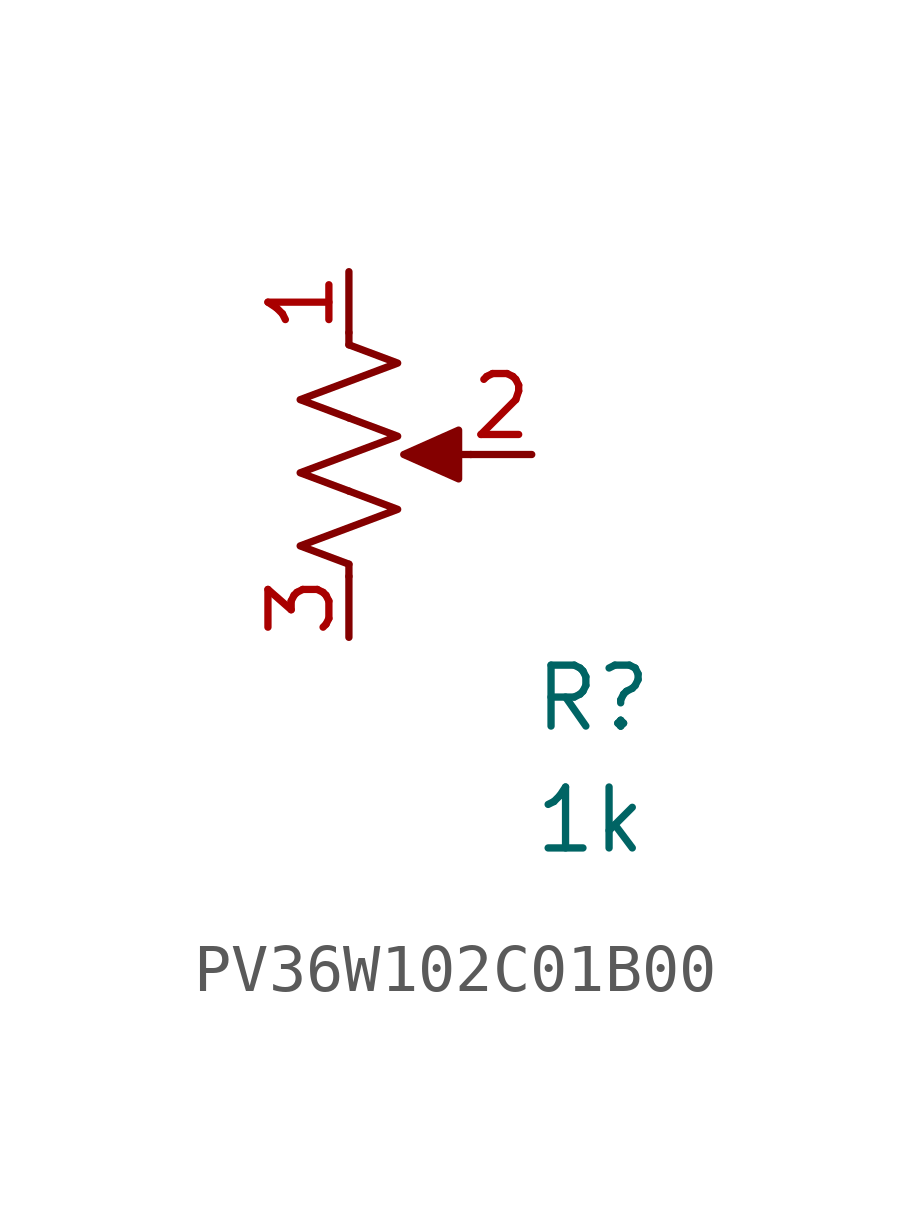
<source format=kicad_sym>
(kicad_symbol_lib
  (version 20231120)
  (generator "kicad_symbol_editor")
  (generator_version "8.0")
  (symbol "PV36W102C01B00"
    (pin_names
      (offset 1.016))
    (property "Reference" "R"
      (at 3.81 -5.08 0)
      (effects (font (size 1.27 1.27)) (justify left)))
    (property "Value" "1k"
      (at 3.81 -7.62 0)
      (effects (font (size 1.27 1.27)) (justify left)))
    (symbol "PV36W102C01B00_1_1"
      (polyline (pts (xy 0 -2.286) (xy 0 -2.54)) (stroke (width 0) (type default)) (fill (type none)))
      (polyline (pts (xy 0 2.54) (xy 0 2.286)) (stroke (width 0) (type default)) (fill (type none)))
      (polyline (pts (xy 2.54 0) (xy 1.524 0)) (stroke (width 0) (type default)) (fill (type none)))
      (polyline (pts (xy 1.143 0) (xy 2.286 0.508) (xy 2.286 -0.508) (xy 1.143 0)) (stroke (width 0) (type default)) (fill (type outline)))
      (polyline (pts (xy 0 -0.762) (xy 1.016 -1.143) (xy 0 -1.524) (xy -1.016 -1.905) (xy 0 -2.286)) (stroke (width 0) (type default)) (fill (type none)))
      (polyline (pts (xy 0 0.762) (xy 1.016 0.381) (xy 0 0) (xy -1.016 -0.381) (xy 0 -0.762)) (stroke (width 0) (type default)) (fill (type none)))
      (polyline (pts (xy 0 2.286) (xy 1.016 1.905) (xy 0 1.524) (xy -1.016 1.143) (xy 0 0.762)) (stroke (width 0) (type default)) (fill (type none)))
      (pin passive line (at 0 3.81 270) (length 1.27) (name "~" (effects (font (size 1.27 1.27)))) (number "1" (effects (font (size 1.27 1.27)))))
      (pin passive line (at 3.81 0 180) (length 1.27) (name "~" (effects (font (size 1.27 1.27)))) (number "2" (effects (font (size 1.27 1.27)))))
      (pin passive line (at 0 -3.81 90) (length 1.27) (name "~" (effects (font (size 1.27 1.27)))) (number "3" (effects (font (size 1.27 1.27))))))))
</source>
